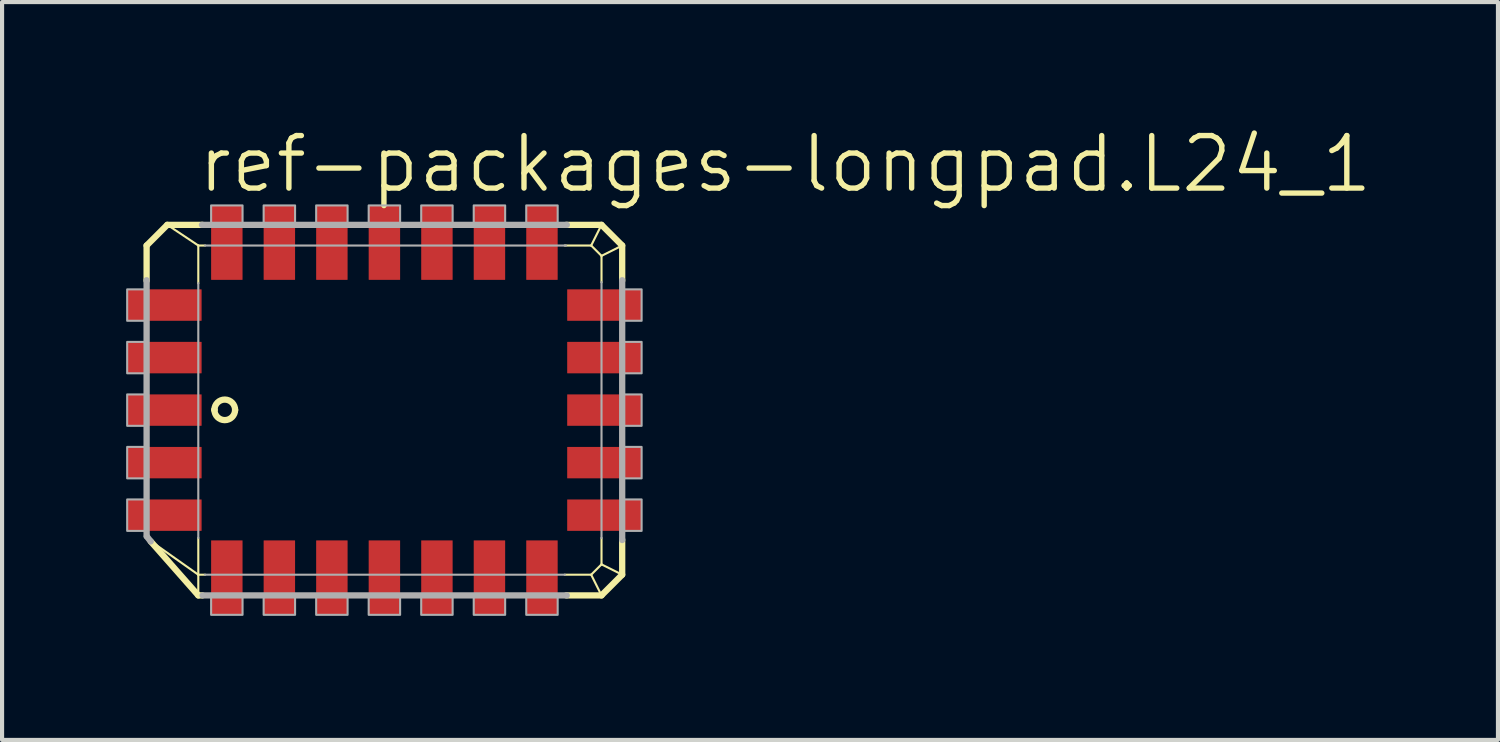
<source format=kicad_pcb>
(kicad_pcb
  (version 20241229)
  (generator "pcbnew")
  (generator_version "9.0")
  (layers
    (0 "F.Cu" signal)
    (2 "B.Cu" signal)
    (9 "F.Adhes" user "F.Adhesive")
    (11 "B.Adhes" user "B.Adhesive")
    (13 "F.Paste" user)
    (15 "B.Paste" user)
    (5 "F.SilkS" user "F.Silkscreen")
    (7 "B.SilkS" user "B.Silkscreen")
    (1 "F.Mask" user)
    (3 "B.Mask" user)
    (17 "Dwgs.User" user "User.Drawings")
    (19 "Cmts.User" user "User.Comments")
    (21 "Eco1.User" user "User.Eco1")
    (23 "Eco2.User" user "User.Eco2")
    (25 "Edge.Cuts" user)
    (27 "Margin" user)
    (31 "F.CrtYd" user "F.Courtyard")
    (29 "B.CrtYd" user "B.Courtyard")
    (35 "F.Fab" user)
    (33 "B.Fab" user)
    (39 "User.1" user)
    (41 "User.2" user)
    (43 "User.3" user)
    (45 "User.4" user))
  (footprint "ref-packages-longpad.L24_1"
    (layer "F.Cu")
    (at 6.245 6.867)
    (property "Reference" "ref-packages-longpad.L24_1" (at -4.572 -5.207 0) (layer "F.SilkS") (effects (font (size 1.27 1.27) (thickness 0.13)) (justify left bottom)))
    (attr smd)
    (fp_line (start -5.75 -3.98) (end -5.25 -4.48) (stroke (width 0.152) (type default)) (layer "F.SilkS"))
    (fp_line (start -5.75 -3.13) (end -5.75 -3.98) (stroke (width 0.152) (type default)) (layer "F.SilkS"))
    (fp_line (start -5.25 -4.48) (end -4.5 -3.98) (stroke (width 0.051) (type default)) (layer "F.SilkS"))
    (fp_line (start -5.25 -4.48) (end -4.4 -4.48) (stroke (width 0.152) (type default)) (layer "F.SilkS"))
    (fp_line (start -4.5 -3.98) (end -4.335 -3.98) (stroke (width 0.051) (type default)) (layer "F.SilkS"))
    (fp_line (start -4.5 -3.065) (end -4.5 -3.98) (stroke (width 0.051) (type default)) (layer "F.SilkS"))
    (fp_line (start -4.5 3.98) (end -5.674 3.151) (stroke (width 0.051) (type default)) (layer "F.SilkS"))
    (fp_line (start -4.5 3.98) (end -4.5 3.09) (stroke (width 0.051) (type default)) (layer "F.SilkS"))
    (fp_line (start -4.5 4.48) (end -5.65 3.175) (stroke (width 0.152) (type default)) (layer "F.SilkS"))
    (fp_line (start -4.5 4.48) (end -4.5 3.98) (stroke (width 0.051) (type default)) (layer "F.SilkS"))
    (fp_line (start -4.4 4.48) (end -4.5 4.48) (stroke (width 0.152) (type default)) (layer "F.SilkS"))
    (fp_line (start -4.335 3.98) (end -4.5 3.98) (stroke (width 0.051) (type default)) (layer "F.SilkS"))
    (fp_line (start 4.36 -3.98) (end 5 -3.98) (stroke (width 0.051) (type default)) (layer "F.SilkS"))
    (fp_line (start 4.4 -4.48) (end 5.25 -4.48) (stroke (width 0.152) (type default)) (layer "F.SilkS"))
    (fp_line (start 5 -3.98) (end 5.25 -4.48) (stroke (width 0.051) (type default)) (layer "F.SilkS"))
    (fp_line (start 5 -3.98) (end 5.25 -3.73) (stroke (width 0.051) (type default)) (layer "F.SilkS"))
    (fp_line (start 5 3.98) (end 4.36 3.98) (stroke (width 0.051) (type default)) (layer "F.SilkS"))
    (fp_line (start 5.25 -4.48) (end 5.75 -3.98) (stroke (width 0.152) (type default)) (layer "F.SilkS"))
    (fp_line (start 5.25 -3.73) (end 5.25 -3.09) (stroke (width 0.051) (type default)) (layer "F.SilkS"))
    (fp_line (start 5.25 -3.73) (end 5.75 -3.98) (stroke (width 0.051) (type default)) (layer "F.SilkS"))
    (fp_line (start 5.25 3.09) (end 5.25 3.73) (stroke (width 0.051) (type default)) (layer "F.SilkS"))
    (fp_line (start 5.25 3.73) (end 5 3.98) (stroke (width 0.051) (type default)) (layer "F.SilkS"))
    (fp_line (start 5.25 4.48) (end 4.4 4.48) (stroke (width 0.152) (type default)) (layer "F.SilkS"))
    (fp_line (start 5.25 4.48) (end 5 3.98) (stroke (width 0.051) (type default)) (layer "F.SilkS"))
    (fp_line (start 5.75 -3.98) (end 5.75 -3.13) (stroke (width 0.152) (type default)) (layer "F.SilkS"))
    (fp_line (start 5.75 3.13) (end 5.75 3.98) (stroke (width 0.152) (type default)) (layer "F.SilkS"))
    (fp_line (start 5.75 3.98) (end 5.25 3.73) (stroke (width 0.051) (type default)) (layer "F.SilkS"))
    (fp_line (start 5.75 3.98) (end 5.25 4.48) (stroke (width 0.152) (type default)) (layer "F.SilkS"))
    (fp_arc (start -4.11 -0.009) (mid -3.85604 -0.252513) (end -3.61 -0.001) (stroke (width 0.1524) (type default)) (layer "F.SilkS"))
    (fp_arc (start -4.11 -0.004) (mid -4.110012 -0.0065) (end -4.11 -0.009) (stroke (width 0.1524) (type default)) (layer "F.SilkS"))
    (fp_arc (start -3.61 -0.007) (mid -3.861 0.242) (end -4.11 -0.009) (stroke (width 0.1524) (type default)) (layer "F.SilkS"))
    (fp_line (start -5.75 3.047) (end -5.75 -3.141) (stroke (width 0.152) (type default)) (layer "F.Fab"))
    (fp_line (start -5.65 3.175) (end -5.745 3.055) (stroke (width 0.152) (type default)) (layer "F.Fab"))
    (fp_line (start -4.5 3.09) (end -4.5 -3.07) (stroke (width 0.051) (type default)) (layer "F.Fab"))
    (fp_line (start -4.411 -4.48) (end 4.411 -4.48) (stroke (width 0.152) (type default)) (layer "F.Fab"))
    (fp_line (start -4.336 -3.98) (end 4.39 -3.98) (stroke (width 0.051) (type default)) (layer "F.Fab"))
    (fp_line (start 4.365 3.98) (end -4.34 3.98) (stroke (width 0.051) (type default)) (layer "F.Fab"))
    (fp_line (start 4.409 4.48) (end -4.396 4.48) (stroke (width 0.152) (type default)) (layer "F.Fab"))
    (fp_line (start 5.25 -3.095) (end 5.25 3.095) (stroke (width 0.051) (type default)) (layer "F.Fab"))
    (fp_line (start 5.75 -3.141) (end 5.75 3.141) (stroke (width 0.152) (type default)) (layer "F.Fab"))
    (fp_rect (start -6.22 -2.16) (end -5.75 -2.92) (stroke (width 0.05) (type default)) (fill no) (layer "F.Fab"))
    (fp_rect (start -6.22 -0.89) (end -5.75 -1.65) (stroke (width 0.05) (type default)) (fill no) (layer "F.Fab"))
    (fp_rect (start -6.22 0.38) (end -5.75 -0.38) (stroke (width 0.05) (type default)) (fill no) (layer "F.Fab"))
    (fp_rect (start -6.22 1.65) (end -5.75 0.89) (stroke (width 0.05) (type default)) (fill no) (layer "F.Fab"))
    (fp_rect (start -6.22 2.92) (end -5.75 2.16) (stroke (width 0.05) (type default)) (fill no) (layer "F.Fab"))
    (fp_rect (start -4.19 -4.48) (end -3.43 -4.95) (stroke (width 0.05) (type default)) (fill no) (layer "F.Fab"))
    (fp_rect (start -4.19 4.95) (end -3.43 4.48) (stroke (width 0.05) (type default)) (fill no) (layer "F.Fab"))
    (fp_rect (start -2.92 -4.48) (end -2.16 -4.95) (stroke (width 0.05) (type default)) (fill no) (layer "F.Fab"))
    (fp_rect (start -2.92 4.95) (end -2.16 4.48) (stroke (width 0.05) (type default)) (fill no) (layer "F.Fab"))
    (fp_rect (start -1.65 -4.48) (end -0.89 -4.95) (stroke (width 0.05) (type default)) (fill no) (layer "F.Fab"))
    (fp_rect (start -1.65 4.95) (end -0.89 4.48) (stroke (width 0.05) (type default)) (fill no) (layer "F.Fab"))
    (fp_rect (start -0.38 -4.48) (end 0.38 -4.95) (stroke (width 0.05) (type default)) (fill no) (layer "F.Fab"))
    (fp_rect (start -0.38 4.95) (end 0.38 4.48) (stroke (width 0.05) (type default)) (fill no) (layer "F.Fab"))
    (fp_rect (start 0.89 -4.48) (end 1.65 -4.95) (stroke (width 0.05) (type default)) (fill no) (layer "F.Fab"))
    (fp_rect (start 0.89 4.95) (end 1.65 4.48) (stroke (width 0.05) (type default)) (fill no) (layer "F.Fab"))
    (fp_rect (start 2.16 -4.48) (end 2.92 -4.95) (stroke (width 0.05) (type default)) (fill no) (layer "F.Fab"))
    (fp_rect (start 2.16 4.95) (end 2.92 4.48) (stroke (width 0.05) (type default)) (fill no) (layer "F.Fab"))
    (fp_rect (start 3.43 -4.48) (end 4.19 -4.95) (stroke (width 0.05) (type default)) (fill no) (layer "F.Fab"))
    (fp_rect (start 3.43 4.95) (end 4.19 4.48) (stroke (width 0.05) (type default)) (fill no) (layer "F.Fab"))
    (fp_rect (start 5.75 -2.16) (end 6.22 -2.92) (stroke (width 0.05) (type default)) (fill no) (layer "F.Fab"))
    (fp_rect (start 5.75 -0.89) (end 6.22 -1.65) (stroke (width 0.05) (type default)) (fill no) (layer "F.Fab"))
    (fp_rect (start 5.75 0.38) (end 6.22 -0.38) (stroke (width 0.05) (type default)) (fill no) (layer "F.Fab"))
    (fp_rect (start 5.75 1.65) (end 6.22 0.89) (stroke (width 0.05) (type default)) (fill no) (layer "F.Fab"))
    (fp_rect (start 5.75 2.92) (end 6.22 2.16) (stroke (width 0.05) (type default)) (fill no) (layer "F.Fab"))
    (pad "1" smd roundrect (at -5.32 0) (size 1.8 0.76) (layers "F.Cu" "F.Mask" "F.Paste") (roundrect_rratio 0.01))
    (pad "2" smd roundrect (at -5.32 1.27) (size 1.8 0.76) (layers "F.Cu" "F.Mask" "F.Paste") (roundrect_rratio 0.01))
    (pad "3" smd roundrect (at -5.32 2.54) (size 1.8 0.76) (layers "F.Cu" "F.Mask" "F.Paste") (roundrect_rratio 0.01))
    (pad "4" smd roundrect (at -3.81 4.05) (size 0.76 1.8) (layers "F.Cu" "F.Mask" "F.Paste") (roundrect_rratio 0.01))
    (pad "5" smd roundrect (at -2.54 4.05) (size 0.76 1.8) (layers "F.Cu" "F.Mask" "F.Paste") (roundrect_rratio 0.01))
    (pad "6" smd roundrect (at -1.27 4.05) (size 0.76 1.8) (layers "F.Cu" "F.Mask" "F.Paste") (roundrect_rratio 0.01))
    (pad "7" smd roundrect (at 0 4.05) (size 0.76 1.8) (layers "F.Cu" "F.Mask" "F.Paste") (roundrect_rratio 0.01))
    (pad "8" smd roundrect (at 1.27 4.05) (size 0.76 1.8) (layers "F.Cu" "F.Mask" "F.Paste") (roundrect_rratio 0.01))
    (pad "9" smd roundrect (at 2.54 4.05) (size 0.76 1.8) (layers "F.Cu" "F.Mask" "F.Paste") (roundrect_rratio 0.01))
    (pad "10" smd roundrect (at 3.81 4.05) (size 0.76 1.8) (layers "F.Cu" "F.Mask" "F.Paste") (roundrect_rratio 0.01))
    (pad "11" smd roundrect (at 5.32 2.54) (size 1.8 0.76) (layers "F.Cu" "F.Mask" "F.Paste") (roundrect_rratio 0.01))
    (pad "12" smd roundrect (at 5.32 1.27) (size 1.8 0.76) (layers "F.Cu" "F.Mask" "F.Paste") (roundrect_rratio 0.01))
    (pad "13" smd roundrect (at 5.32 0) (size 1.8 0.76) (layers "F.Cu" "F.Mask" "F.Paste") (roundrect_rratio 0.01))
    (pad "14" smd roundrect (at 5.32 -1.27) (size 1.8 0.76) (layers "F.Cu" "F.Mask" "F.Paste") (roundrect_rratio 0.01))
    (pad "15" smd roundrect (at 5.32 -2.54) (size 1.8 0.76) (layers "F.Cu" "F.Mask" "F.Paste") (roundrect_rratio 0.01))
    (pad "16" smd roundrect (at 3.81 -4.05) (size 0.76 1.8) (layers "F.Cu" "F.Mask" "F.Paste") (roundrect_rratio 0.01))
    (pad "17" smd roundrect (at 2.54 -4.05) (size 0.76 1.8) (layers "F.Cu" "F.Mask" "F.Paste") (roundrect_rratio 0.01))
    (pad "18" smd roundrect (at 1.27 -4.05) (size 0.76 1.8) (layers "F.Cu" "F.Mask" "F.Paste") (roundrect_rratio 0.01))
    (pad "19" smd roundrect (at 0 -4.05) (size 0.76 1.8) (layers "F.Cu" "F.Mask" "F.Paste") (roundrect_rratio 0.01))
    (pad "20" smd roundrect (at -1.27 -4.05) (size 0.76 1.8) (layers "F.Cu" "F.Mask" "F.Paste") (roundrect_rratio 0.01))
    (pad "21" smd roundrect (at -2.54 -4.05) (size 0.76 1.8) (layers "F.Cu" "F.Mask" "F.Paste") (roundrect_rratio 0.01))
    (pad "22" smd roundrect (at -3.81 -4.05) (size 0.76 1.8) (layers "F.Cu" "F.Mask" "F.Paste") (roundrect_rratio 0.01))
    (pad "23" smd roundrect (at -5.32 -2.54) (size 1.8 0.76) (layers "F.Cu" "F.Mask" "F.Paste") (roundrect_rratio 0.01))
    (pad "24" smd roundrect (at -5.32 -1.27) (size 1.8 0.76) (layers "F.Cu" "F.Mask" "F.Paste") (roundrect_rratio 0.01)))
  (gr_rect
    (start -3 -3)
    (end 33.172 14.842)
    (stroke (width 0.1) (type default))
    (fill no)
    (layer "Edge.Cuts")))
</source>
